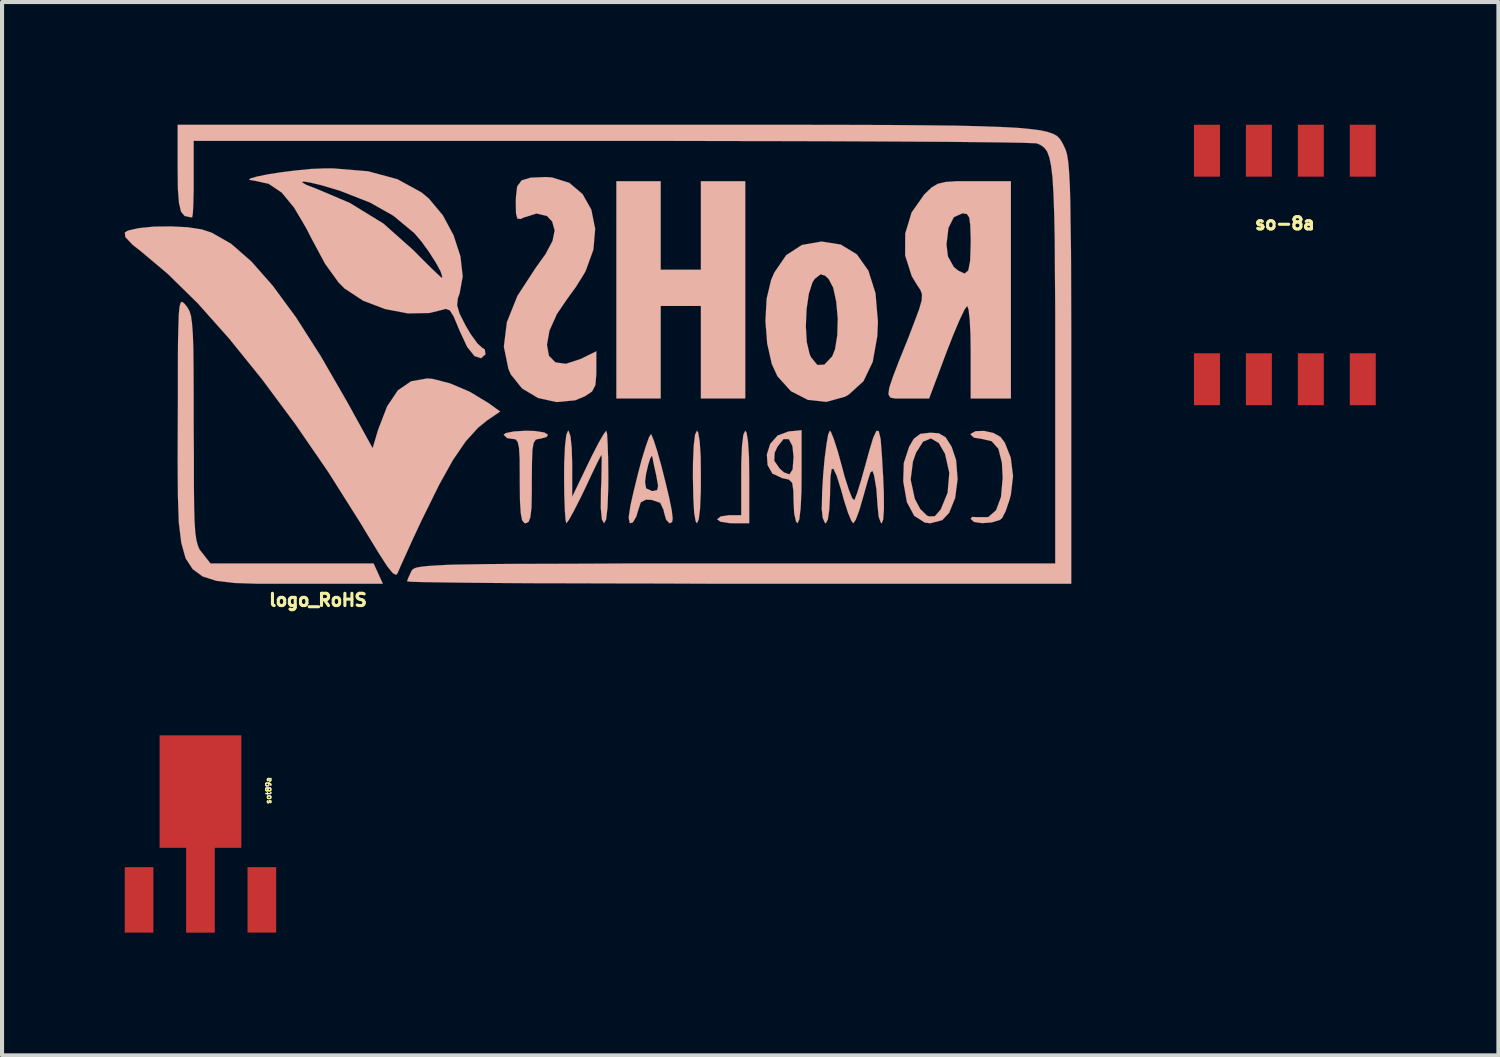
<source format=kicad_pcb>
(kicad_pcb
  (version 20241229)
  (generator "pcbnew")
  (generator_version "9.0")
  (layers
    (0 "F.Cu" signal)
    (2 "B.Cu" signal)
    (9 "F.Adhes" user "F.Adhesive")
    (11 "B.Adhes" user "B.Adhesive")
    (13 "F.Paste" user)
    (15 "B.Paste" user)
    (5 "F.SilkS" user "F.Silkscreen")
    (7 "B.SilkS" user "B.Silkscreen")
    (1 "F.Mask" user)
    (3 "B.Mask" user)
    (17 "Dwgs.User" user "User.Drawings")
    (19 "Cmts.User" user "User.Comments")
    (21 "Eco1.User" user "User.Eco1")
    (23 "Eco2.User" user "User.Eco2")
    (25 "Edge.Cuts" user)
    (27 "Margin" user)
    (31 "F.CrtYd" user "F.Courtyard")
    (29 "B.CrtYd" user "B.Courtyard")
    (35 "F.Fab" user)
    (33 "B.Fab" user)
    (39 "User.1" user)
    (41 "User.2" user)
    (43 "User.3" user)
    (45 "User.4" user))
  (footprint "so-8a"
    (layer "F.Cu")
    (at 28.367 3.429)
    (property "Reference" "so-8a" (at 0 -1.016 0) (layer "F.SilkS") (effects (font (size 0.3 0.3) (thickness 0.075))))
    (attr smd)
    (pad "1" smd rect (at -1.905 2.794) (size 0.635 1.27) (layers "F.Cu" "F.Mask" "F.Paste"))
    (pad "2" smd rect (at -0.635 2.794) (size 0.635 1.27) (layers "F.Cu" "F.Mask" "F.Paste"))
    (pad "3" smd rect (at 0.635 2.794) (size 0.635 1.27) (layers "F.Cu" "F.Mask" "F.Paste"))
    (pad "4" smd rect (at 1.905 2.794) (size 0.635 1.27) (layers "F.Cu" "F.Mask" "F.Paste"))
    (pad "5" smd rect (at 1.905 -2.794) (size 0.635 1.27) (layers "F.Cu" "F.Mask" "F.Paste"))
    (pad "6" smd rect (at 0.635 -2.794) (size 0.635 1.27) (layers "F.Cu" "F.Mask" "F.Paste"))
    (pad "7" smd rect (at -0.635 -2.794) (size 0.635 1.27) (layers "F.Cu" "F.Mask" "F.Paste"))
    (pad "8" smd rect (at -1.905 -2.794) (size 0.635 1.27) (layers "F.Cu" "F.Mask" "F.Paste")))
  (footprint "logo_RoHS"
    (layer "F.Cu")
    (at 12.219 5.907)
    (property "Reference" "logo_RoHS" (at -7.493 5.715 0) (layer "F.SilkS") (effects (font (size 0.3 0.3) (thickness 0.075))))
    (attr through_hole)
    (fp_poly (pts (xy 1.674 2.708) (xy 1.684 3.211) (xy 1.704 3.581) (xy 1.742 3.795) (xy 1.773 3.838) (xy 1.816 3.744) (xy 1.849 3.475) (xy 1.867 3.058) (xy 1.869 2.708) (xy 1.864 2.202) (xy 1.839 1.831) (xy 1.803 1.618) (xy 1.773 1.575) (xy 1.727 1.669) (xy 1.694 1.938) (xy 1.676 2.355) (xy 1.674 2.708)) (stroke (width 0.003) (type solid)) (fill yes) (layer "B.SilkS"))
    (fp_poly (pts (xy 2.266 3.741) (xy 2.349 3.8) (xy 2.568 3.835) (xy 2.657 3.838) (xy 3.051 3.838) (xy 3.051 2.708) (xy 3.045 2.202) (xy 3.02 1.831) (xy 2.985 1.618) (xy 2.954 1.575) (xy 2.908 1.669) (xy 2.875 1.93) (xy 2.857 2.339) (xy 2.855 2.606) (xy 2.855 3.64) (xy 2.56 3.64) (xy 2.355 3.67) (xy 2.266 3.739) (xy 2.266 3.741)) (stroke (width 0.003) (type solid)) (fill yes) (layer "B.SilkS"))
    (fp_poly (pts (xy -0.198 0.787) (xy 0.345 0.787) (xy 0.886 0.787) (xy 0.886 -0.345) (xy 0.886 -1.476) (xy 1.379 -1.476) (xy 1.869 -1.476) (xy 1.869 -0.345) (xy 1.869 0.787) (xy 2.413 0.787) (xy 2.954 0.787) (xy 2.954 -1.869) (xy 2.954 -4.526) (xy 2.413 -4.526) (xy 1.869 -4.526) (xy 1.869 -3.447) (xy 1.869 -2.362) (xy 1.379 -2.362) (xy 0.886 -2.362) (xy 0.886 -3.447) (xy 0.886 -4.526) (xy 0.345 -4.526) (xy -0.198 -4.526) (xy -0.198 -1.869) (xy -0.198 0.787)) (stroke (width 0.003) (type solid)) (fill yes) (layer "B.SilkS"))
    (fp_poly (pts (xy 8.466 3.731) (xy 8.547 3.805) (xy 8.743 3.835) (xy 8.979 3.818) (xy 9.174 3.759) (xy 9.233 3.713) (xy 9.319 3.546) (xy 9.413 3.272) (xy 9.449 3.139) (xy 9.502 2.685) (xy 9.446 2.235) (xy 9.299 1.864) (xy 9.195 1.727) (xy 9.025 1.631) (xy 8.796 1.58) (xy 8.588 1.585) (xy 8.471 1.648) (xy 8.466 1.674) (xy 8.547 1.745) (xy 8.725 1.773) (xy 8.979 1.831) (xy 9.144 2.019) (xy 9.23 2.36) (xy 9.248 2.731) (xy 9.207 3.195) (xy 9.086 3.52) (xy 8.893 3.688) (xy 8.656 3.688) (xy 8.501 3.683) (xy 8.466 3.731)) (stroke (width 0.003) (type solid)) (fill yes) (layer "B.SilkS"))
    (fp_poly (pts (xy -2.954 1.674) (xy -2.87 1.755) (xy -2.756 1.773) (xy -2.667 1.783) (xy -2.611 1.847) (xy -2.578 1.994) (xy -2.563 2.256) (xy -2.56 2.675) (xy -2.56 2.804) (xy -2.555 3.277) (xy -2.537 3.584) (xy -2.504 3.759) (xy -2.451 3.83) (xy -2.413 3.838) (xy -2.344 3.805) (xy -2.301 3.691) (xy -2.273 3.457) (xy -2.266 3.076) (xy -2.266 2.804) (xy -2.261 2.344) (xy -2.25 2.042) (xy -2.22 1.872) (xy -2.169 1.793) (xy -2.09 1.773) (xy -2.068 1.773) (xy -1.908 1.73) (xy -1.869 1.674) (xy -1.958 1.618) (xy -2.187 1.582) (xy -2.413 1.575) (xy -2.708 1.593) (xy -2.903 1.633) (xy -2.954 1.674)) (stroke (width 0.003) (type solid)) (fill yes) (layer "B.SilkS"))
    (fp_poly (pts (xy 3.482 2.156) (xy 3.5 2.418) (xy 3.622 2.629) (xy 3.663 2.642) (xy 3.663 2.311) (xy 3.673 2.113) (xy 3.744 1.961) (xy 3.891 1.778) (xy 4.018 1.781) (xy 4.107 1.948) (xy 4.135 2.215) (xy 4.112 2.52) (xy 4.036 2.642) (xy 3.899 2.593) (xy 3.797 2.502) (xy 3.663 2.311) (xy 3.663 2.642) (xy 3.863 2.738) (xy 3.871 2.738) (xy 4.021 2.769) (xy 4.102 2.852) (xy 4.13 3.04) (xy 4.135 3.305) (xy 4.15 3.597) (xy 4.194 3.792) (xy 4.232 3.838) (xy 4.275 3.744) (xy 4.308 3.475) (xy 4.328 3.058) (xy 4.331 2.7) (xy 4.331 1.562) (xy 4.013 1.593) (xy 3.744 1.692) (xy 3.564 1.897) (xy 3.482 2.156)) (stroke (width 0.003) (type solid)) (fill yes) (layer "B.SilkS"))
    (fp_poly (pts (xy 6.817 2.819) (xy 6.906 3.322) (xy 6.998 3.493) (xy 6.998 2.769) (xy 7.054 2.329) (xy 7.13 2.111) (xy 7.303 1.841) (xy 7.493 1.763) (xy 7.686 1.875) (xy 7.838 2.139) (xy 7.943 2.603) (xy 7.902 3.091) (xy 7.734 3.5) (xy 7.59 3.665) (xy 7.447 3.67) (xy 7.391 3.645) (xy 7.231 3.487) (xy 7.099 3.239) (xy 7.099 3.236) (xy 6.998 2.769) (xy 6.998 3.493) (xy 7.084 3.655) (xy 7.343 3.82) (xy 7.48 3.838) (xy 7.77 3.762) (xy 7.94 3.581) (xy 8.087 3.216) (xy 8.146 2.758) (xy 8.11 2.296) (xy 8.001 1.968) (xy 7.854 1.737) (xy 7.686 1.638) (xy 7.48 1.623) (xy 7.234 1.651) (xy 7.074 1.773) (xy 6.96 1.968) (xy 6.83 2.365) (xy 6.817 2.819)) (stroke (width 0.003) (type solid)) (fill yes) (layer "B.SilkS"))
    (fp_poly (pts (xy -1.476 2.708) (xy -1.471 3.15) (xy -1.458 3.513) (xy -1.44 3.757) (xy -1.42 3.838) (xy -1.359 3.757) (xy -1.234 3.531) (xy -1.072 3.211) (xy -0.97 3.002) (xy -0.8 2.639) (xy -0.665 2.357) (xy -0.579 2.192) (xy -0.561 2.164) (xy -0.556 2.256) (xy -0.559 2.497) (xy -0.566 2.847) (xy -0.574 3) (xy -0.579 3.467) (xy -0.551 3.747) (xy -0.498 3.838) (xy -0.447 3.741) (xy -0.414 3.454) (xy -0.396 2.982) (xy -0.394 2.708) (xy -0.399 2.261) (xy -0.411 1.897) (xy -0.424 1.656) (xy -0.447 1.575) (xy -0.508 1.656) (xy -0.635 1.877) (xy -0.8 2.197) (xy -0.889 2.38) (xy -1.278 3.19) (xy -1.278 2.38) (xy -1.29 1.984) (xy -1.321 1.704) (xy -1.367 1.577) (xy -1.379 1.575) (xy -1.42 1.669) (xy -1.453 1.938) (xy -1.473 2.355) (xy -1.476 2.708)) (stroke (width 0.003) (type solid)) (fill yes) (layer "B.SilkS"))
    (fp_poly (pts (xy 3.447 -1.11) (xy 3.49 -0.556) (xy 3.602 -0.058) (xy 3.739 0.241) (xy 4.069 0.607) (xy 4.435 0.795) (xy 4.435 -0.978) (xy 4.453 -1.394) (xy 4.508 -1.773) (xy 4.597 -2.052) (xy 4.653 -2.139) (xy 4.796 -2.25) (xy 4.905 -2.217) (xy 4.994 -2.134) (xy 5.105 -1.92) (xy 5.179 -1.575) (xy 5.215 -1.166) (xy 5.204 -0.759) (xy 5.149 -0.417) (xy 5.08 -0.244) (xy 4.887 -0.041) (xy 4.717 -0.033) (xy 4.562 -0.221) (xy 4.529 -0.295) (xy 4.458 -0.592) (xy 4.435 -0.978) (xy 4.435 0.795) (xy 4.483 0.82) (xy 4.94 0.869) (xy 5.397 0.742) (xy 5.491 0.686) (xy 5.845 0.363) (xy 6.071 -0.109) (xy 6.182 -0.734) (xy 6.198 -1.085) (xy 6.139 -1.786) (xy 5.964 -2.339) (xy 5.682 -2.738) (xy 5.288 -2.977) (xy 4.818 -3.051) (xy 4.338 -2.967) (xy 3.955 -2.718) (xy 3.663 -2.291) (xy 3.586 -2.113) (xy 3.477 -1.654) (xy 3.447 -1.11)) (stroke (width 0.003) (type solid)) (fill yes) (layer "B.SilkS"))
    (fp_poly (pts (xy -10.925 2.37) (xy -10.919 3.175) (xy -10.897 3.818) (xy -10.836 4.318) (xy -10.732 4.691) (xy -10.559 4.958) (xy -10.315 5.138) (xy -9.98 5.245) (xy -9.54 5.298) (xy -8.984 5.316) (xy -8.298 5.316) (xy -7.879 5.316) (xy -5.908 5.316) (xy -6.02 5.07) (xy -6.134 4.821) (xy -8.128 4.821) (xy -10.122 4.821) (xy -10.325 4.562) (xy -10.389 4.481) (xy -10.432 4.381) (xy -10.467 4.247) (xy -10.495 4.049) (xy -10.513 3.767) (xy -10.523 3.378) (xy -10.528 2.857) (xy -10.528 2.184) (xy -10.533 1.524) (xy -10.533 0.706) (xy -10.536 0.066) (xy -10.541 -0.429) (xy -10.554 -0.792) (xy -10.574 -1.052) (xy -10.599 -1.232) (xy -10.638 -1.356) (xy -10.686 -1.44) (xy -10.724 -1.491) (xy -10.777 -1.549) (xy -10.823 -1.58) (xy -10.853 -1.552) (xy -10.879 -1.458) (xy -10.897 -1.273) (xy -10.907 -0.978) (xy -10.917 -0.556) (xy -10.919 0.013) (xy -10.919 0.744) (xy -10.922 1.387) (xy -10.925 2.37)) (stroke (width 0.003) (type solid)) (fill yes) (layer "B.SilkS"))
    (fp_poly (pts (xy 0.104 3.713) (xy 0.132 3.838) (xy 0.206 3.815) (xy 0.29 3.675) (xy 0.33 3.538) (xy 0.399 3.325) (xy 0.503 3.272) (xy 0.503 2.83) (xy 0.528 2.634) (xy 0.577 2.423) (xy 0.63 2.253) (xy 0.671 2.187) (xy 0.683 2.215) (xy 0.711 2.367) (xy 0.767 2.621) (xy 0.78 2.682) (xy 0.823 2.924) (xy 0.798 3.028) (xy 0.683 3.051) (xy 0.678 3.051) (xy 0.531 2.985) (xy 0.503 2.83) (xy 0.503 3.272) (xy 0.528 3.259) (xy 0.665 3.266) (xy 0.874 3.338) (xy 0.96 3.52) (xy 0.965 3.566) (xy 1.021 3.754) (xy 1.105 3.84) (xy 1.168 3.805) (xy 1.179 3.713) (xy 1.156 3.518) (xy 1.092 3.205) (xy 1.003 2.832) (xy 0.904 2.441) (xy 0.805 2.085) (xy 0.716 1.811) (xy 0.658 1.669) (xy 0.648 1.659) (xy 0.599 1.737) (xy 0.521 1.958) (xy 0.422 2.278) (xy 0.323 2.657) (xy 0.229 3.04) (xy 0.15 3.386) (xy 0.109 3.65) (xy 0.104 3.713)) (stroke (width 0.003) (type solid)) (fill yes) (layer "B.SilkS"))
    (fp_poly (pts (xy -2.949 -0.48) (xy -2.837 0.066) (xy -2.779 0.198) (xy -2.504 0.541) (xy -2.113 0.775) (xy -1.661 0.874) (xy -1.204 0.831) (xy -0.96 0.729) (xy -0.792 0.615) (xy -0.711 0.46) (xy -0.688 0.196) (xy -0.688 0.107) (xy -0.688 -0.368) (xy -1.074 -0.178) (xy -1.433 -0.061) (xy -1.689 -0.097) (xy -1.847 -0.259) (xy -1.895 -0.526) (xy -1.834 -0.871) (xy -1.654 -1.275) (xy -1.405 -1.641) (xy -1.186 -1.943) (xy -0.998 -2.245) (xy -0.95 -2.327) (xy -0.759 -2.855) (xy -0.716 -3.365) (xy -0.81 -3.83) (xy -1.024 -4.211) (xy -1.349 -4.486) (xy -1.773 -4.618) (xy -1.92 -4.628) (xy -2.294 -4.613) (xy -2.515 -4.547) (xy -2.624 -4.397) (xy -2.654 -4.13) (xy -2.657 -4.021) (xy -2.652 -3.739) (xy -2.619 -3.612) (xy -2.54 -3.602) (xy -2.466 -3.637) (xy -2.151 -3.736) (xy -1.895 -3.675) (xy -1.768 -3.541) (xy -1.707 -3.322) (xy -1.758 -3.068) (xy -1.93 -2.743) (xy -2.169 -2.41) (xy -2.616 -1.725) (xy -2.875 -1.079) (xy -2.949 -0.48)) (stroke (width 0.003) (type solid)) (fill yes) (layer "B.SilkS"))
    (fp_poly (pts (xy -12.217 -3.272) (xy -12.205 -3.16) (xy -12.022 -2.967) (xy -11.841 -2.827) (xy -11.168 -2.261) (xy -10.432 -1.539) (xy -9.66 -0.671) (xy -8.86 0.32) (xy -8.049 1.412) (xy -7.244 2.583) (xy -6.464 3.818) (xy -6.281 4.122) (xy -5.999 4.582) (xy -5.801 4.889) (xy -5.667 5.055) (xy -5.585 5.1) (xy -5.547 5.057) (xy -5.481 4.902) (xy -5.349 4.61) (xy -5.171 4.216) (xy -4.958 3.762) (xy -4.912 3.67) (xy -4.531 2.896) (xy -4.194 2.291) (xy -3.881 1.834) (xy -3.581 1.504) (xy -3.363 1.326) (xy -3.038 1.105) (xy -3.332 0.894) (xy -3.787 0.62) (xy -4.265 0.417) (xy -4.691 0.307) (xy -4.826 0.297) (xy -5.217 0.366) (xy -5.54 0.587) (xy -5.801 0.975) (xy -6.02 1.542) (xy -6.04 1.605) (xy -6.157 2.002) (xy -6.777 0.876) (xy -7.429 -0.254) (xy -8.034 -1.201) (xy -8.598 -1.968) (xy -9.124 -2.565) (xy -9.619 -2.997) (xy -10.089 -3.266) (xy -10.338 -3.348) (xy -10.683 -3.401) (xy -11.095 -3.421) (xy -11.509 -3.416) (xy -11.88 -3.378) (xy -12.139 -3.32) (xy -12.217 -3.272)) (stroke (width 0.003) (type solid)) (fill yes) (layer "B.SilkS"))
    (fp_poly (pts (xy 6.454 0.686) (xy 6.502 0.765) (xy 6.614 0.787) (xy 6.792 0.787) (xy 6.919 0.787) (xy 7.45 0.787) (xy 7.874 -0.345) (xy 7.874 -2.977) (xy 7.922 -3.383) (xy 8.054 -3.647) (xy 8.265 -3.741) (xy 8.27 -3.741) (xy 8.372 -3.724) (xy 8.43 -3.64) (xy 8.456 -3.454) (xy 8.466 -3.122) (xy 8.466 -3.002) (xy 8.453 -2.583) (xy 8.407 -2.344) (xy 8.316 -2.268) (xy 8.166 -2.337) (xy 8.054 -2.428) (xy 7.91 -2.685) (xy 7.874 -2.977) (xy 7.874 -0.345) (xy 8.044 -0.78) (xy 8.194 -1.133) (xy 8.311 -1.379) (xy 8.379 -1.476) (xy 8.382 -1.476) (xy 8.415 -1.384) (xy 8.443 -1.133) (xy 8.461 -0.765) (xy 8.466 -0.345) (xy 8.466 0.787) (xy 8.956 0.787) (xy 9.449 0.787) (xy 9.449 -1.869) (xy 9.449 -4.526) (xy 8.555 -4.526) (xy 8.128 -4.526) (xy 7.846 -4.508) (xy 7.661 -4.463) (xy 7.511 -4.374) (xy 7.356 -4.227) (xy 7.33 -4.201) (xy 7.021 -3.762) (xy 6.866 -3.249) (xy 6.863 -2.71) (xy 7.026 -2.202) (xy 7.16 -1.981) (xy 7.236 -1.869) (xy 7.275 -1.763) (xy 7.269 -1.618) (xy 7.209 -1.405) (xy 7.087 -1.077) (xy 6.934 -0.678) (xy 6.711 -0.127) (xy 6.561 0.267) (xy 6.474 0.528) (xy 6.454 0.686)) (stroke (width 0.003) (type solid)) (fill yes) (layer "B.SilkS"))
    (fp_poly (pts (xy 4.821 3.459) (xy 4.846 3.701) (xy 4.902 3.83) (xy 4.923 3.838) (xy 4.973 3.747) (xy 5.009 3.5) (xy 5.027 3.137) (xy 5.027 3.076) (xy 5.037 2.708) (xy 5.065 2.515) (xy 5.11 2.504) (xy 5.189 2.675) (xy 5.301 3.033) (xy 5.367 3.272) (xy 5.464 3.574) (xy 5.547 3.777) (xy 5.598 3.838) (xy 5.657 3.749) (xy 5.743 3.518) (xy 5.839 3.19) (xy 5.857 3.124) (xy 5.956 2.774) (xy 6.017 2.591) (xy 6.063 2.558) (xy 6.099 2.649) (xy 6.111 2.708) (xy 6.16 3.002) (xy 6.185 3.355) (xy 6.19 3.419) (xy 6.215 3.675) (xy 6.269 3.823) (xy 6.292 3.838) (xy 6.327 3.744) (xy 6.345 3.485) (xy 6.342 3.084) (xy 6.327 2.731) (xy 6.294 2.159) (xy 6.264 1.778) (xy 6.218 1.585) (xy 6.162 1.577) (xy 6.083 1.745) (xy 5.979 2.09) (xy 5.888 2.423) (xy 5.784 2.794) (xy 5.692 3.089) (xy 5.629 3.256) (xy 5.616 3.272) (xy 5.565 3.218) (xy 5.484 3.01) (xy 5.38 2.685) (xy 5.321 2.459) (xy 5.215 2.075) (xy 5.118 1.775) (xy 5.047 1.6) (xy 5.022 1.575) (xy 4.981 1.666) (xy 4.94 1.905) (xy 4.895 2.25) (xy 4.859 2.652) (xy 4.834 3.066) (xy 4.826 3.442) (xy 4.821 3.459)) (stroke (width 0.003) (type solid)) (fill yes) (layer "B.SilkS"))
    (fp_poly (pts (xy -9.177 -4.559) (xy -9.047 -4.539) (xy -9.045 -4.539) (xy -8.7 -4.463) (xy -8.382 -4.249) (xy -8.08 -3.884) (xy -7.887 -3.559) (xy -7.887 -4.501) (xy -7.846 -4.519) (xy -7.684 -4.493) (xy -7.417 -4.43) (xy -7.074 -4.328) (xy -6.929 -4.282) (xy -6.218 -4.003) (xy -5.652 -3.683) (xy -5.174 -3.287) (xy -5.131 -3.249) (xy -4.963 -3.051) (xy -4.78 -2.799) (xy -4.615 -2.54) (xy -4.496 -2.322) (xy -4.453 -2.184) (xy -4.468 -2.164) (xy -4.547 -2.233) (xy -4.732 -2.41) (xy -4.994 -2.67) (xy -5.164 -2.842) (xy -5.893 -3.49) (xy -6.716 -3.995) (xy -7.506 -4.331) (xy -7.78 -4.437) (xy -7.887 -4.501) (xy -7.887 -3.559) (xy -7.765 -3.348) (xy -7.671 -3.16) (xy -7.32 -2.507) (xy -6.99 -2.05) (xy -6.843 -1.902) (xy -6.391 -1.605) (xy -5.852 -1.4) (xy -5.293 -1.293) (xy -4.775 -1.303) (xy -4.501 -1.369) (xy -4.366 -1.405) (xy -4.27 -1.367) (xy -4.176 -1.219) (xy -4.054 -0.927) (xy -4.023 -0.853) (xy -3.846 -0.475) (xy -3.668 -0.251) (xy -3.508 -0.198) (xy -3.399 -0.292) (xy -3.414 -0.411) (xy -3.475 -0.45) (xy -3.597 -0.561) (xy -3.764 -0.792) (xy -3.884 -0.996) (xy -4.034 -1.293) (xy -4.092 -1.494) (xy -4.072 -1.669) (xy -4.031 -1.781) (xy -3.955 -2.197) (xy -4.011 -2.69) (xy -4.178 -3.203) (xy -4.44 -3.691) (xy -4.78 -4.1) (xy -4.963 -4.252) (xy -5.552 -4.575) (xy -6.264 -4.768) (xy -7.117 -4.839) (xy -7.33 -4.839) (xy -7.666 -4.826) (xy -8.029 -4.79) (xy -8.392 -4.745) (xy -8.72 -4.694) (xy -8.981 -4.641) (xy -9.144 -4.595) (xy -9.177 -4.559)) (stroke (width 0.003) (type solid)) (fill yes) (layer "B.SilkS"))
    (fp_poly (pts (xy -10.925 -4.834) (xy -10.919 -4.328) (xy -10.892 -3.99) (xy -10.843 -3.782) (xy -10.754 -3.675) (xy -10.617 -3.645) (xy -10.571 -3.64) (xy -10.554 -3.731) (xy -10.541 -3.98) (xy -10.533 -4.336) (xy -10.533 -4.577) (xy -10.533 -5.512) (xy -0.305 -5.512) (xy 1.102 -5.512) (xy 2.454 -5.509) (xy 3.736 -5.507) (xy 4.94 -5.504) (xy 6.048 -5.499) (xy 7.051 -5.494) (xy 7.935 -5.489) (xy 8.684 -5.481) (xy 9.286 -5.474) (xy 9.728 -5.466) (xy 10 -5.456) (xy 10.084 -5.451) (xy 10.18 -5.408) (xy 10.264 -5.347) (xy 10.335 -5.253) (xy 10.389 -5.108) (xy 10.432 -4.902) (xy 10.467 -4.613) (xy 10.49 -4.227) (xy 10.508 -3.726) (xy 10.521 -3.094) (xy 10.526 -2.322) (xy 10.533 -1.384) (xy 10.533 -0.272) (xy 10.533 -0.005) (xy 10.533 4.821) (xy 2.71 4.821) (xy 1.288 4.821) (xy 0.048 4.821) (xy -1.021 4.826) (xy -1.933 4.829) (xy -2.7 4.831) (xy -3.332 4.836) (xy -3.848 4.844) (xy -4.255 4.851) (xy -4.567 4.867) (xy -4.801 4.882) (xy -4.968 4.9) (xy -5.08 4.92) (xy -5.146 4.945) (xy -5.189 4.976) (xy -5.212 5.011) (xy -5.212 5.014) (xy -5.293 5.189) (xy -5.316 5.258) (xy -5.217 5.268) (xy -4.94 5.276) (xy -4.493 5.283) (xy -3.894 5.291) (xy -3.157 5.298) (xy -2.294 5.304) (xy -1.321 5.306) (xy -0.254 5.309) (xy 0.894 5.311) (xy 2.111 5.316) (xy 2.804 5.316) (xy 10.925 5.316) (xy 10.925 0.142) (xy 10.925 -1.021) (xy 10.922 -2.009) (xy 10.919 -2.827) (xy 10.909 -3.495) (xy 10.902 -4.031) (xy 10.889 -4.453) (xy 10.871 -4.768) (xy 10.851 -5.001) (xy 10.825 -5.164) (xy 10.795 -5.276) (xy 10.777 -5.319) (xy 10.734 -5.41) (xy 10.691 -5.491) (xy 10.645 -5.563) (xy 10.579 -5.629) (xy 10.488 -5.682) (xy 10.356 -5.728) (xy 10.17 -5.771) (xy 9.924 -5.801) (xy 9.606 -5.832) (xy 9.205 -5.852) (xy 8.705 -5.87) (xy 8.1 -5.885) (xy 7.379 -5.893) (xy 6.53 -5.9) (xy 5.542 -5.903) (xy 4.402 -5.905) (xy 3.104 -5.905) (xy 1.633 -5.905) (xy -0.023 -5.905) (xy -0.437 -5.905) (xy -10.925 -5.905) (xy -10.925 -4.834)) (stroke (width 0.003) (type solid)) (fill yes) (layer "B.SilkS")))
  (footprint "sot89a"
    (layer "F.Cu")
    (at 1.852 17.054)
    (property "Reference" "sot89a" (at 1.664 -0.775 90) (layer "F.SilkS") (effects (font (size 0.127 0.127) (thickness 0.032))))
    (attr smd)
    (pad "1" smd rect (at -1.501 1.9) (size 0.701 1.6) (layers "F.Cu" "F.Mask" "F.Paste"))
    (pad "2" smd rect (at 0 -0.749) (size 1.999 2.751) (layers "F.Cu" "F.Mask" "F.Paste"))
    (pad "2" smd rect (at 0 1.651) (size 0.701 2.101) (layers "F.Cu" "F.Mask" "F.Paste"))
    (pad "3" smd rect (at 1.501 1.9) (size 0.701 1.6) (layers "F.Cu" "F.Mask" "F.Paste")))
  (gr_rect
    (start -3 -3)
    (end 33.589 22.755)
    (stroke (width 0.1) (type default))
    (fill no)
    (layer "Edge.Cuts")))
</source>
